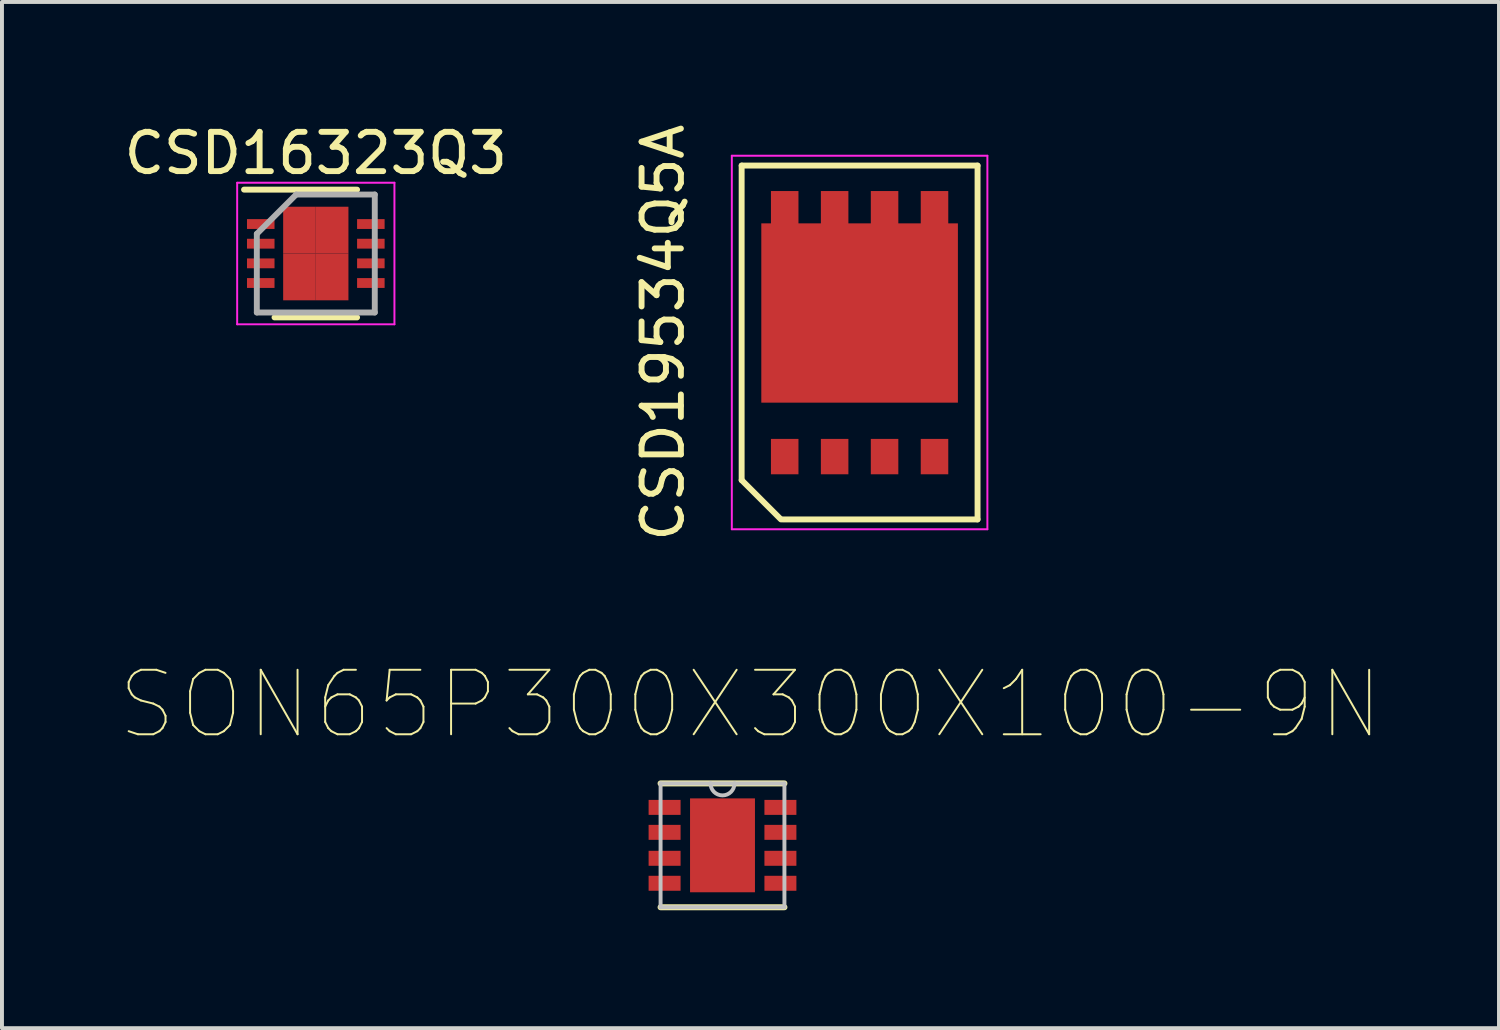
<source format=kicad_pcb>
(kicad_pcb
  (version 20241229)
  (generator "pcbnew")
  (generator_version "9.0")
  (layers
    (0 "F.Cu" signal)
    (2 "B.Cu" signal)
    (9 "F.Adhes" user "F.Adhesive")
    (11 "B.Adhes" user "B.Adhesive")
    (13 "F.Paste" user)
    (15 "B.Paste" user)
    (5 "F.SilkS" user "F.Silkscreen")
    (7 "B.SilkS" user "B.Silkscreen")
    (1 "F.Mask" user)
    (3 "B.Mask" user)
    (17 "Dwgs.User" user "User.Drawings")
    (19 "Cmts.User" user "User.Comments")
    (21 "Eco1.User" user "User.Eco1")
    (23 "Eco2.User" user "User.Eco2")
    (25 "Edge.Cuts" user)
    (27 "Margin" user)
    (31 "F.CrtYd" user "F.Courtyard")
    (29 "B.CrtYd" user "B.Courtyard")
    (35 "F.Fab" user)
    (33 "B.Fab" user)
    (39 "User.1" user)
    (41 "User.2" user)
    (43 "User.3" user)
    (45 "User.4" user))
  (footprint "CSD16323Q3"
    (layer "F.Cu")
    (at 4.982 3.398)
    (property "Reference" "CSD16323Q3" (at 0 -2.55 0) (layer "F.SilkS") (effects (font (size 1 1) (thickness 0.15))))
    (attr smd)
    (fp_line (start -1.825 -1.625) (end 1.05 -1.625) (stroke (width 0.15) (type solid)) (layer "F.SilkS"))
    (fp_line (start -1.05 1.625) (end 1.05 1.625) (stroke (width 0.15) (type solid)) (layer "F.SilkS"))
    (fp_line (start -2 -1.8) (end -2 1.8) (stroke (width 0.05) (type solid)) (layer "F.CrtYd"))
    (fp_line (start -2 -1.8) (end 2 -1.8) (stroke (width 0.05) (type solid)) (layer "F.CrtYd"))
    (fp_line (start -2 1.8) (end 2 1.8) (stroke (width 0.05) (type solid)) (layer "F.CrtYd"))
    (fp_line (start 2 -1.8) (end 2 1.8) (stroke (width 0.05) (type solid)) (layer "F.CrtYd"))
    (fp_line (start -1.5 -0.5) (end -0.5 -1.5) (stroke (width 0.15) (type solid)) (layer "F.Fab"))
    (fp_line (start -1.5 1.5) (end -1.5 -0.5) (stroke (width 0.15) (type solid)) (layer "F.Fab"))
    (fp_line (start -0.5 -1.5) (end 1.5 -1.5) (stroke (width 0.15) (type solid)) (layer "F.Fab"))
    (fp_line (start 1.5 -1.5) (end 1.5 1.5) (stroke (width 0.15) (type solid)) (layer "F.Fab"))
    (fp_line (start 1.5 1.5) (end -1.5 1.5) (stroke (width 0.15) (type solid)) (layer "F.Fab"))
    (pad "1" smd rect (at -1.4 -0.75) (size 0.7 0.25) (layers "F.Cu" "F.Mask" "F.Paste"))
    (pad "1" smd rect (at -1.4 -0.25) (size 0.7 0.25) (layers "F.Cu" "F.Mask" "F.Paste"))
    (pad "1" smd rect (at -1.4 0.25) (size 0.7 0.25) (layers "F.Cu" "F.Mask" "F.Paste"))
    (pad "2" smd rect (at -1.4 0.75) (size 0.7 0.25) (layers "F.Cu" "F.Mask" "F.Paste"))
    (pad "3" smd rect (at 1.4 -0.75) (size 0.7 0.25) (layers "F.Cu" "F.Mask" "F.Paste"))
    (pad "3" smd rect (at 1.4 -0.25) (size 0.7 0.25) (layers "F.Cu" "F.Mask" "F.Paste"))
    (pad "3" smd rect (at 1.4 0.25) (size 0.7 0.25) (layers "F.Cu" "F.Mask" "F.Paste"))
    (pad "3" smd rect (at 1.4 0.75) (size 0.7 0.25) (layers "F.Cu" "F.Mask" "F.Paste"))
    (pad "9" smd rect (at -0.415 -0.595) (size 0.83 1.19) (layers "F.Cu" "F.Mask" "F.Paste"))
    (pad "9" smd rect (at -0.415 0.595) (size 0.83 1.19) (layers "F.Cu" "F.Mask" "F.Paste"))
    (pad "9" smd rect (at 0.415 -0.595) (size 0.83 1.19) (layers "F.Cu" "F.Mask" "F.Paste"))
    (pad "9" smd rect (at 0.415 0.595) (size 0.83 1.19) (layers "F.Cu" "F.Mask" "F.Paste")))
  (footprint "CSD19534Q5A"
    (layer "F.Cu")
    (at 18.813 5.411)
    (property "Reference" "CSD19534Q5A" (at -5 0 90) (layer "F.SilkS") (effects (font (size 1 1) (thickness 0.15))))
    (attr smd)
    (fp_line (start -3 -4.25) (end 3 -4.25) (stroke (width 0.15) (type solid)) (layer "F.SilkS"))
    (fp_line (start -3 3.75) (end -3 -4.25) (stroke (width 0.15) (type solid)) (layer "F.SilkS"))
    (fp_line (start -2 4.75) (end -3 3.75) (stroke (width 0.15) (type solid)) (layer "F.SilkS"))
    (fp_line (start 3 -4.25) (end 3 4.75) (stroke (width 0.15) (type solid)) (layer "F.SilkS"))
    (fp_line (start 3 4.75) (end -1.955 4.75) (stroke (width 0.15) (type solid)) (layer "F.SilkS"))
    (fp_line (start -3.25 -4.5) (end 3.25 -4.5) (stroke (width 0.05) (type solid)) (layer "F.CrtYd"))
    (fp_line (start -3.25 5) (end -3.25 -4.5) (stroke (width 0.05) (type solid)) (layer "F.CrtYd"))
    (fp_line (start 3.25 -4.5) (end 3.25 5) (stroke (width 0.05) (type solid)) (layer "F.CrtYd"))
    (fp_line (start 3.25 5) (end -3.25 5) (stroke (width 0.05) (type solid)) (layer "F.CrtYd"))
    (pad "1" smd rect (at -1.905 -3.152) (size 0.7 0.9) (layers "F.Cu" "F.Mask" "F.Paste"))
    (pad "1" smd rect (at -0.635 -3.152) (size 0.7 0.9) (layers "F.Cu" "F.Mask" "F.Paste"))
    (pad "1" smd rect (at 0 -0.5) (size 5 4.56) (layers "F.Cu" "F.Mask" "F.Paste"))
    (pad "1" smd rect (at 0.635 -3.152) (size 0.7 0.9) (layers "F.Cu" "F.Mask" "F.Paste"))
    (pad "1" smd rect (at 1.905 -3.152) (size 0.7 0.9) (layers "F.Cu" "F.Mask" "F.Paste"))
    (pad "2" smd rect (at 1.905 3.152) (size 0.7 0.9) (layers "F.Cu" "F.Mask" "F.Paste"))
    (pad "3" smd rect (at -1.905 3.152) (size 0.7 0.9) (layers "F.Cu" "F.Mask" "F.Paste"))
    (pad "3" smd rect (at -0.635 3.152) (size 0.7 0.9) (layers "F.Cu" "F.Mask" "F.Paste"))
    (pad "3" smd rect (at 0.635 3.152) (size 0.7 0.9) (layers "F.Cu" "F.Mask" "F.Paste")))
  (footprint "SON65P300X300X100-9N"
    (layer "F.Cu")
    (at 15.326 18.45)
    (property "Reference" "SON65P300X300X100-9N" (at 0.711 -3.581 0) (layer "F.SilkS") (effects (font (size 1.64 1.64) (thickness 0.05))))
    (attr smd)
    (fp_line (start -1.575 1.575) (end 1.575 1.575) (stroke (width 0.152) (type solid)) (layer "F.SilkS"))
    (fp_line (start 1.575 -1.575) (end -1.575 -1.575) (stroke (width 0.152) (type solid)) (layer "F.SilkS"))
    (fp_line (start -1.575 -1.575) (end -1.575 1.575) (stroke (width 0.1) (type solid)) (layer "Dwgs.User"))
    (fp_line (start -1.575 1.575) (end 1.575 1.575) (stroke (width 0.1) (type solid)) (layer "Dwgs.User"))
    (fp_line (start -0.305 -1.575) (end -1.575 -1.575) (stroke (width 0.1) (type solid)) (layer "Dwgs.User"))
    (fp_line (start 0.305 -1.575) (end -0.305 -1.575) (stroke (width 0.1) (type solid)) (layer "Dwgs.User"))
    (fp_line (start 1.575 -1.575) (end 0.305 -1.575) (stroke (width 0.1) (type solid)) (layer "Dwgs.User"))
    (fp_line (start 1.575 1.575) (end 1.575 -1.575) (stroke (width 0.1) (type solid)) (layer "Dwgs.User"))
    (fp_arc (start 0.3048 -1.5748) (mid 0 -1.27) (end -0.3048 -1.5748) (stroke (width 0.1) (type solid)) (layer "Dwgs.User"))
    (pad "1" smd rect (at -1.473 -0.965) (size 0.813 0.381) (layers "F.Cu" "F.Mask" "F.Paste"))
    (pad "1" smd rect (at -1.473 -0.33) (size 0.813 0.381) (layers "F.Cu" "F.Mask" "F.Paste"))
    (pad "1" smd rect (at -1.473 0.33) (size 0.813 0.381) (layers "F.Cu" "F.Mask" "F.Paste"))
    (pad "2" smd rect (at -1.473 0.965) (size 0.813 0.381) (layers "F.Cu" "F.Mask" "F.Paste"))
    (pad "3" smd rect (at 1.473 -0.965) (size 0.813 0.381) (layers "F.Cu" "F.Mask" "F.Paste"))
    (pad "3" smd rect (at 1.473 -0.33) (size 0.813 0.381) (layers "F.Cu" "F.Mask" "F.Paste"))
    (pad "3" smd rect (at 1.473 0.33) (size 0.813 0.381) (layers "F.Cu" "F.Mask" "F.Paste"))
    (pad "3" smd rect (at 1.473 0.965) (size 0.813 0.381) (layers "F.Cu" "F.Mask" "F.Paste"))
    (pad "9" smd rect (at 0 0) (size 1.651 2.388) (layers "F.Cu" "F.Mask" "F.Paste")))
  (gr_rect
    (start -3 -3)
    (end 35.075 23.101)
    (stroke (width 0.1) (type default))
    (fill no)
    (layer "Edge.Cuts")))
</source>
